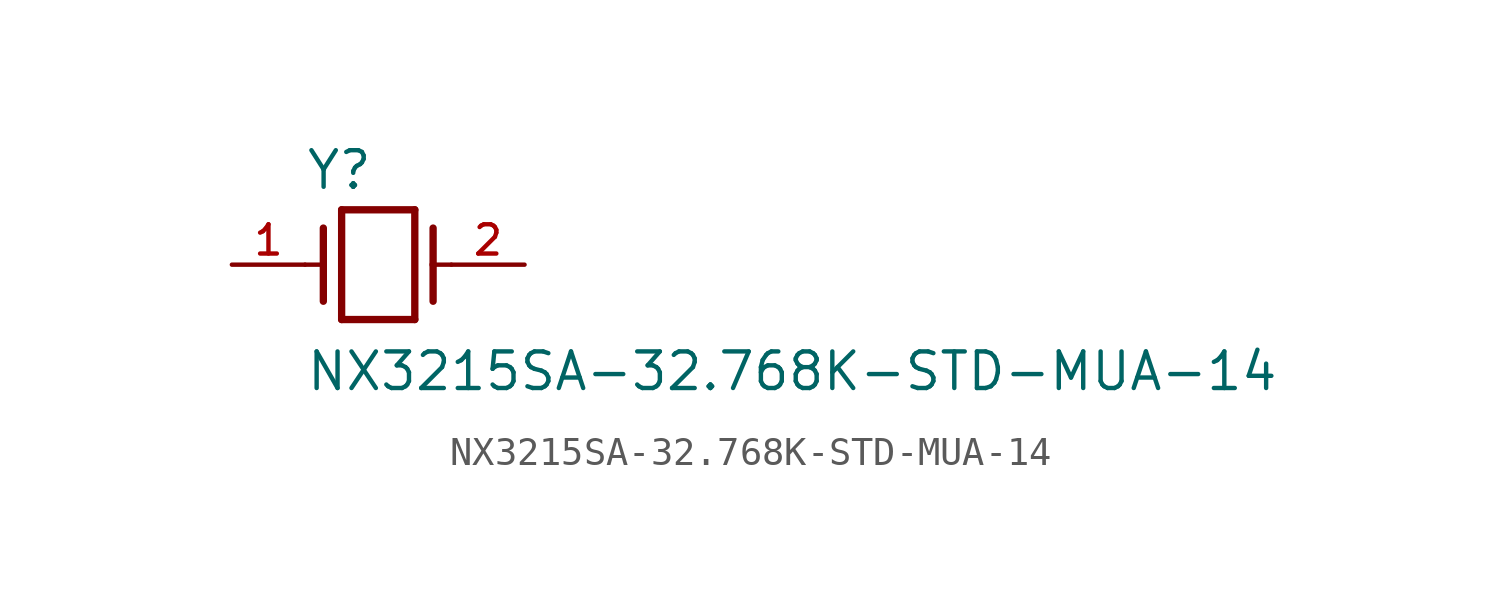
<source format=kicad_sym>
(kicad_symbol_lib
  (version 20211014)
  (generator kicad_symbol_editor)
  (symbol "NX3215SA-32.768K-STD-MUA-14"
    (pin_names
      (offset 1.016))
    (property "Reference" "Y"
      (at -2.54 2.54 0)
      (effects (font (size 1.27 1.27)) (justify bottom left)))
    (property "Value" "NX3215SA-32.768K-STD-MUA-14"
      (at -2.54 -4.445 0)
      (effects (font (size 1.27 1.27)) (justify bottom left)))
    (symbol "NX3215SA-32.768K-STD-MUA-14_0_0"
      (polyline (pts (xy -1.27 1.905) (xy 1.27 1.905)) (stroke (width 0.254)))
      (polyline (pts (xy 1.27 1.905) (xy 1.27 -1.905)) (stroke (width 0.254)))
      (polyline (pts (xy 1.27 -1.905) (xy -1.27 -1.905)) (stroke (width 0.254)))
      (polyline (pts (xy -1.27 -1.905) (xy -1.27 1.905)) (stroke (width 0.254)))
      (polyline (pts (xy -1.905 1.27) (xy -1.905 0.0)) (stroke (width 0.254)))
      (polyline (pts (xy -1.905 0.0) (xy -1.905 -1.27)) (stroke (width 0.254)))
      (polyline (pts (xy 1.905 1.27) (xy 1.905 0.0)) (stroke (width 0.254)))
      (polyline (pts (xy 1.905 0.0) (xy 1.905 -1.27)) (stroke (width 0.254)))
      (polyline (pts (xy -2.54 0.0) (xy -1.905 0.0)) (stroke (width 0.152)))
      (polyline (pts (xy 2.54 0.0) (xy 1.905 0.0)) (stroke (width 0.152)))
      (pin passive line (at 5.08 0.0 180.0) (length 2.54) (name "~" (effects (font (size 1.016 1.016)))) (number "2" (effects (font (size 1.016 1.016)))))
      (pin passive line (at -5.08 0.0 0) (length 2.54) (name "~" (effects (font (size 1.016 1.016)))) (number "1" (effects (font (size 1.016 1.016))))))))
</source>
